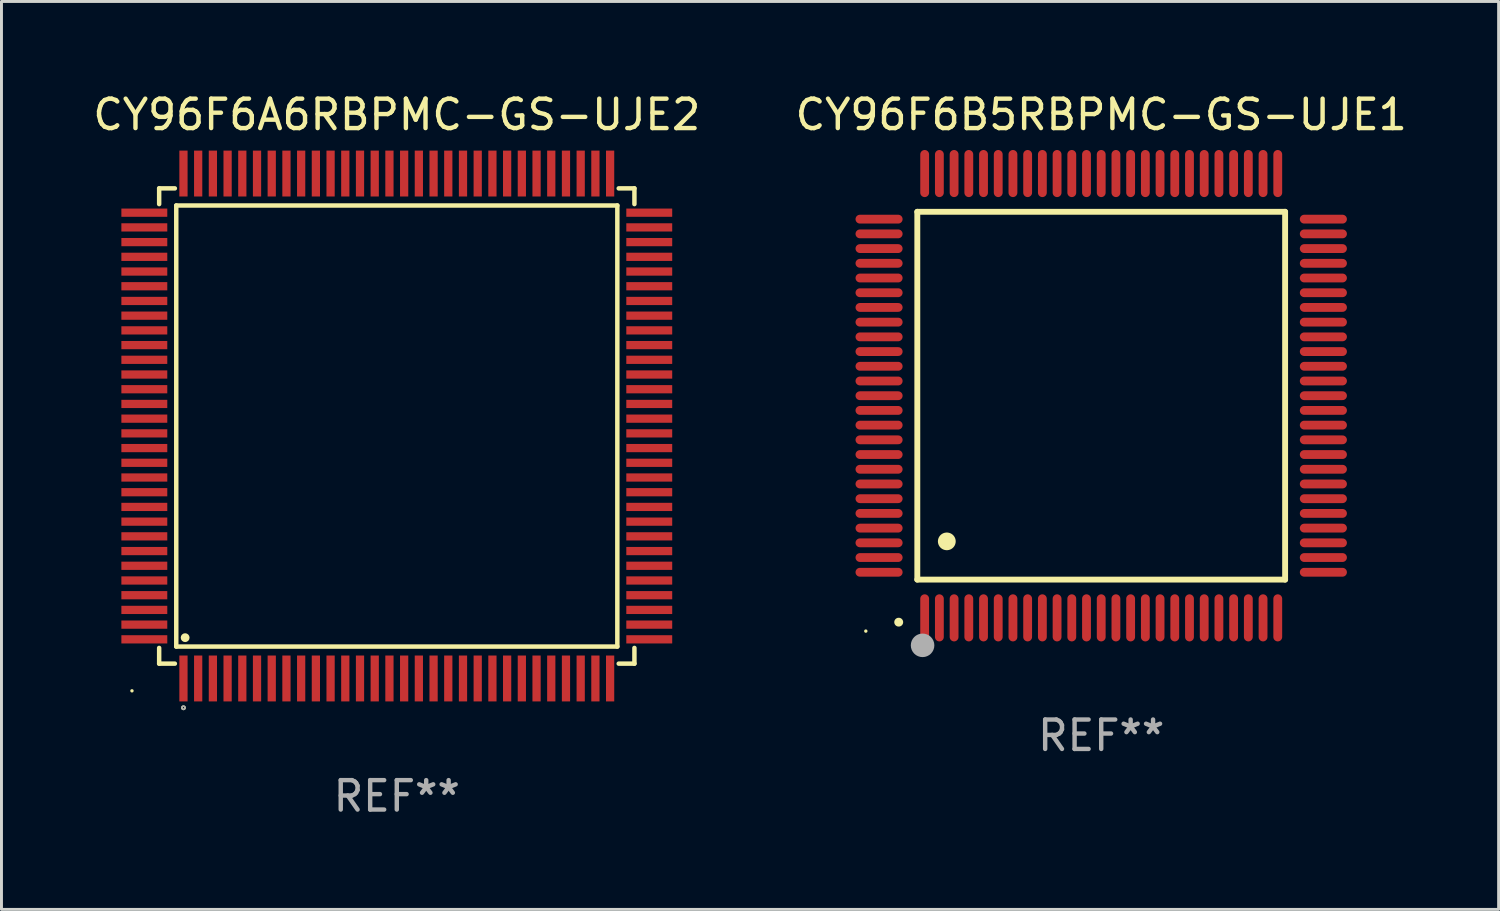
<source format=kicad_pcb>
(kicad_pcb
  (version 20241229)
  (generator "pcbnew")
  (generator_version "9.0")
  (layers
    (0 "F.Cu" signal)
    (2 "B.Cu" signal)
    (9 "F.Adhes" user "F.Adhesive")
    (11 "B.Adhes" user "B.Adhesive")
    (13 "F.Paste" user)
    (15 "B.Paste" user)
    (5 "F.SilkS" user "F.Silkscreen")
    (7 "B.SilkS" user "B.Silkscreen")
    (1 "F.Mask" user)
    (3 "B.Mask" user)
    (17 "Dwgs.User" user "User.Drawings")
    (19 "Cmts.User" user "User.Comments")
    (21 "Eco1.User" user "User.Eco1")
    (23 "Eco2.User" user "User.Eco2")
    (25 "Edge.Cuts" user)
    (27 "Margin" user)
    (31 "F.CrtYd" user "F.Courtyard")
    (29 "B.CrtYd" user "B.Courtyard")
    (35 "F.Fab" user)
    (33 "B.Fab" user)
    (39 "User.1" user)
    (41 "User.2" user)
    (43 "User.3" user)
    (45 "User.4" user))
  (footprint "CY96F6B5RBPMC-GS-UJE1"
    (layer "F.Cu")
    (at 34.375 10.398)
    (property "Reference" "CY96F6B5RBPMC-GS-UJE1" (at 0 -9.55 0) (layer "F.SilkS") (effects (font (size 1 1) (thickness 0.15))))
    (attr through_hole)
    (fp_line (start -6.25 -6.25) (end -6.25 6.25) (stroke (width 0.2) (type solid)) (layer "F.SilkS"))
    (fp_line (start -6.25 6.25) (end 6.25 6.25) (stroke (width 0.2) (type solid)) (layer "F.SilkS"))
    (fp_line (start 6.25 -6.25) (end -6.25 -6.25) (stroke (width 0.2) (type solid)) (layer "F.SilkS"))
    (fp_line (start 6.25 6.25) (end 6.25 -6.25) (stroke (width 0.2) (type solid)) (layer "F.SilkS"))
    (fp_arc (start -6.883414 7.696215) (mid -6.882144 7.69621) (end -6.880874 7.696215) (stroke (width 0.3) (type solid)) (layer "F.SilkS"))
    (fp_arc (start -5.250191 4.95047) (mid -5.247651 4.950459) (end -5.245111 4.95047) (stroke (width 0.6) (type solid)) (layer "F.SilkS"))
    (fp_circle (center -8 8) (end -7.97 8) (stroke (width 0.06) (type solid)) (fill no) (layer "F.SilkS"))
    (fp_circle (center -6.071 8.484) (end -5.871 8.484) (stroke (width 0.4) (type solid)) (fill no) (layer "F.Fab"))
    (fp_text user "REF**" (at 0 11.55 0) (layer "F.Fab") (effects (font (size 1 1) (thickness 0.15))))
    (pad "1" smd oval (at -6 7.55) (size 0.3 1.6) (layers "F.Cu" "F.Mask" "F.Paste"))
    (pad "2" smd oval (at -5.5 7.55) (size 0.3 1.6) (layers "F.Cu" "F.Mask" "F.Paste"))
    (pad "3" smd oval (at -5 7.55) (size 0.3 1.6) (layers "F.Cu" "F.Mask" "F.Paste"))
    (pad "4" smd oval (at -4.5 7.55) (size 0.3 1.6) (layers "F.Cu" "F.Mask" "F.Paste"))
    (pad "5" smd oval (at -4 7.55) (size 0.3 1.6) (layers "F.Cu" "F.Mask" "F.Paste"))
    (pad "6" smd oval (at -3.5 7.55) (size 0.3 1.6) (layers "F.Cu" "F.Mask" "F.Paste"))
    (pad "7" smd oval (at -3 7.55) (size 0.3 1.6) (layers "F.Cu" "F.Mask" "F.Paste"))
    (pad "8" smd oval (at -2.5 7.55) (size 0.3 1.6) (layers "F.Cu" "F.Mask" "F.Paste"))
    (pad "9" smd oval (at -2 7.55) (size 0.3 1.6) (layers "F.Cu" "F.Mask" "F.Paste"))
    (pad "10" smd oval (at -1.5 7.55) (size 0.3 1.6) (layers "F.Cu" "F.Mask" "F.Paste"))
    (pad "11" smd oval (at -1 7.55) (size 0.3 1.6) (layers "F.Cu" "F.Mask" "F.Paste"))
    (pad "12" smd oval (at -0.5 7.55) (size 0.3 1.6) (layers "F.Cu" "F.Mask" "F.Paste"))
    (pad "13" smd oval (at 0 7.55) (size 0.3 1.6) (layers "F.Cu" "F.Mask" "F.Paste"))
    (pad "14" smd oval (at 0.5 7.55) (size 0.3 1.6) (layers "F.Cu" "F.Mask" "F.Paste"))
    (pad "15" smd oval (at 1 7.55) (size 0.3 1.6) (layers "F.Cu" "F.Mask" "F.Paste"))
    (pad "16" smd oval (at 1.5 7.55) (size 0.3 1.6) (layers "F.Cu" "F.Mask" "F.Paste"))
    (pad "17" smd oval (at 2 7.55) (size 0.3 1.6) (layers "F.Cu" "F.Mask" "F.Paste"))
    (pad "18" smd oval (at 2.5 7.55) (size 0.3 1.6) (layers "F.Cu" "F.Mask" "F.Paste"))
    (pad "19" smd oval (at 3 7.55) (size 0.3 1.6) (layers "F.Cu" "F.Mask" "F.Paste"))
    (pad "20" smd oval (at 3.5 7.55) (size 0.3 1.6) (layers "F.Cu" "F.Mask" "F.Paste"))
    (pad "21" smd oval (at 4 7.55) (size 0.3 1.6) (layers "F.Cu" "F.Mask" "F.Paste"))
    (pad "22" smd oval (at 4.5 7.55) (size 0.3 1.6) (layers "F.Cu" "F.Mask" "F.Paste"))
    (pad "23" smd oval (at 5 7.55) (size 0.3 1.6) (layers "F.Cu" "F.Mask" "F.Paste"))
    (pad "24" smd oval (at 5.5 7.55) (size 0.3 1.6) (layers "F.Cu" "F.Mask" "F.Paste"))
    (pad "25" smd oval (at 6 7.55) (size 0.3 1.6) (layers "F.Cu" "F.Mask" "F.Paste"))
    (pad "26" smd oval (at 7.55 6) (size 1.6 0.3) (layers "F.Cu" "F.Mask" "F.Paste"))
    (pad "27" smd oval (at 7.55 5.5) (size 1.6 0.3) (layers "F.Cu" "F.Mask" "F.Paste"))
    (pad "28" smd oval (at 7.55 5) (size 1.6 0.3) (layers "F.Cu" "F.Mask" "F.Paste"))
    (pad "29" smd oval (at 7.55 4.5) (size 1.6 0.3) (layers "F.Cu" "F.Mask" "F.Paste"))
    (pad "30" smd oval (at 7.55 4) (size 1.6 0.3) (layers "F.Cu" "F.Mask" "F.Paste"))
    (pad "31" smd oval (at 7.55 3.5) (size 1.6 0.3) (layers "F.Cu" "F.Mask" "F.Paste"))
    (pad "32" smd oval (at 7.55 3) (size 1.6 0.3) (layers "F.Cu" "F.Mask" "F.Paste"))
    (pad "33" smd oval (at 7.55 2.5) (size 1.6 0.3) (layers "F.Cu" "F.Mask" "F.Paste"))
    (pad "34" smd oval (at 7.55 2) (size 1.6 0.3) (layers "F.Cu" "F.Mask" "F.Paste"))
    (pad "35" smd oval (at 7.55 1.5) (size 1.6 0.3) (layers "F.Cu" "F.Mask" "F.Paste"))
    (pad "36" smd oval (at 7.55 1) (size 1.6 0.3) (layers "F.Cu" "F.Mask" "F.Paste"))
    (pad "37" smd oval (at 7.55 0.5) (size 1.6 0.3) (layers "F.Cu" "F.Mask" "F.Paste"))
    (pad "38" smd oval (at 7.55 0) (size 1.6 0.3) (layers "F.Cu" "F.Mask" "F.Paste"))
    (pad "39" smd oval (at 7.55 -0.5) (size 1.6 0.3) (layers "F.Cu" "F.Mask" "F.Paste"))
    (pad "40" smd oval (at 7.55 -1) (size 1.6 0.3) (layers "F.Cu" "F.Mask" "F.Paste"))
    (pad "41" smd oval (at 7.55 -1.5) (size 1.6 0.3) (layers "F.Cu" "F.Mask" "F.Paste"))
    (pad "42" smd oval (at 7.55 -2) (size 1.6 0.3) (layers "F.Cu" "F.Mask" "F.Paste"))
    (pad "43" smd oval (at 7.55 -2.5) (size 1.6 0.3) (layers "F.Cu" "F.Mask" "F.Paste"))
    (pad "44" smd oval (at 7.55 -3) (size 1.6 0.3) (layers "F.Cu" "F.Mask" "F.Paste"))
    (pad "45" smd oval (at 7.55 -3.5) (size 1.6 0.3) (layers "F.Cu" "F.Mask" "F.Paste"))
    (pad "46" smd oval (at 7.55 -4) (size 1.6 0.3) (layers "F.Cu" "F.Mask" "F.Paste"))
    (pad "47" smd oval (at 7.55 -4.5) (size 1.6 0.3) (layers "F.Cu" "F.Mask" "F.Paste"))
    (pad "48" smd oval (at 7.55 -5) (size 1.6 0.3) (layers "F.Cu" "F.Mask" "F.Paste"))
    (pad "49" smd oval (at 7.55 -5.5) (size 1.6 0.3) (layers "F.Cu" "F.Mask" "F.Paste"))
    (pad "50" smd oval (at 7.55 -6) (size 1.6 0.3) (layers "F.Cu" "F.Mask" "F.Paste"))
    (pad "51" smd oval (at 6 -7.55) (size 0.3 1.6) (layers "F.Cu" "F.Mask" "F.Paste"))
    (pad "52" smd oval (at 5.5 -7.55) (size 0.3 1.6) (layers "F.Cu" "F.Mask" "F.Paste"))
    (pad "53" smd oval (at 5 -7.55) (size 0.3 1.6) (layers "F.Cu" "F.Mask" "F.Paste"))
    (pad "54" smd oval (at 4.5 -7.55) (size 0.3 1.6) (layers "F.Cu" "F.Mask" "F.Paste"))
    (pad "55" smd oval (at 4 -7.55) (size 0.3 1.6) (layers "F.Cu" "F.Mask" "F.Paste"))
    (pad "56" smd oval (at 3.5 -7.55) (size 0.3 1.6) (layers "F.Cu" "F.Mask" "F.Paste"))
    (pad "57" smd oval (at 3 -7.55) (size 0.3 1.6) (layers "F.Cu" "F.Mask" "F.Paste"))
    (pad "58" smd oval (at 2.5 -7.55) (size 0.3 1.6) (layers "F.Cu" "F.Mask" "F.Paste"))
    (pad "59" smd oval (at 2 -7.55) (size 0.3 1.6) (layers "F.Cu" "F.Mask" "F.Paste"))
    (pad "60" smd oval (at 1.5 -7.55) (size 0.3 1.6) (layers "F.Cu" "F.Mask" "F.Paste"))
    (pad "61" smd oval (at 1 -7.55) (size 0.3 1.6) (layers "F.Cu" "F.Mask" "F.Paste"))
    (pad "62" smd oval (at 0.5 -7.55) (size 0.3 1.6) (layers "F.Cu" "F.Mask" "F.Paste"))
    (pad "63" smd oval (at 0 -7.55) (size 0.3 1.6) (layers "F.Cu" "F.Mask" "F.Paste"))
    (pad "64" smd oval (at -0.5 -7.55) (size 0.3 1.6) (layers "F.Cu" "F.Mask" "F.Paste"))
    (pad "65" smd oval (at -1 -7.55) (size 0.3 1.6) (layers "F.Cu" "F.Mask" "F.Paste"))
    (pad "66" smd oval (at -1.5 -7.55) (size 0.3 1.6) (layers "F.Cu" "F.Mask" "F.Paste"))
    (pad "67" smd oval (at -2 -7.55) (size 0.3 1.6) (layers "F.Cu" "F.Mask" "F.Paste"))
    (pad "68" smd oval (at -2.5 -7.55) (size 0.3 1.6) (layers "F.Cu" "F.Mask" "F.Paste"))
    (pad "69" smd oval (at -3 -7.55) (size 0.3 1.6) (layers "F.Cu" "F.Mask" "F.Paste"))
    (pad "70" smd oval (at -3.5 -7.55) (size 0.3 1.6) (layers "F.Cu" "F.Mask" "F.Paste"))
    (pad "71" smd oval (at -4 -7.55) (size 0.3 1.6) (layers "F.Cu" "F.Mask" "F.Paste"))
    (pad "72" smd oval (at -4.5 -7.55) (size 0.3 1.6) (layers "F.Cu" "F.Mask" "F.Paste"))
    (pad "73" smd oval (at -5 -7.55) (size 0.3 1.6) (layers "F.Cu" "F.Mask" "F.Paste"))
    (pad "74" smd oval (at -5.5 -7.55) (size 0.3 1.6) (layers "F.Cu" "F.Mask" "F.Paste"))
    (pad "75" smd oval (at -6 -7.55) (size 0.3 1.6) (layers "F.Cu" "F.Mask" "F.Paste"))
    (pad "76" smd oval (at -7.55 -6) (size 1.6 0.3) (layers "F.Cu" "F.Mask" "F.Paste"))
    (pad "77" smd oval (at -7.55 -5.5) (size 1.6 0.3) (layers "F.Cu" "F.Mask" "F.Paste"))
    (pad "78" smd oval (at -7.55 -5) (size 1.6 0.3) (layers "F.Cu" "F.Mask" "F.Paste"))
    (pad "79" smd oval (at -7.55 -4.5) (size 1.6 0.3) (layers "F.Cu" "F.Mask" "F.Paste"))
    (pad "80" smd oval (at -7.55 -4) (size 1.6 0.3) (layers "F.Cu" "F.Mask" "F.Paste"))
    (pad "81" smd oval (at -7.55 -3.5) (size 1.6 0.3) (layers "F.Cu" "F.Mask" "F.Paste"))
    (pad "82" smd oval (at -7.55 -3) (size 1.6 0.3) (layers "F.Cu" "F.Mask" "F.Paste"))
    (pad "83" smd oval (at -7.55 -2.5) (size 1.6 0.3) (layers "F.Cu" "F.Mask" "F.Paste"))
    (pad "84" smd oval (at -7.55 -2) (size 1.6 0.3) (layers "F.Cu" "F.Mask" "F.Paste"))
    (pad "85" smd oval (at -7.55 -1.5) (size 1.6 0.3) (layers "F.Cu" "F.Mask" "F.Paste"))
    (pad "86" smd oval (at -7.55 -1) (size 1.6 0.3) (layers "F.Cu" "F.Mask" "F.Paste"))
    (pad "87" smd oval (at -7.55 -0.5) (size 1.6 0.3) (layers "F.Cu" "F.Mask" "F.Paste"))
    (pad "88" smd oval (at -7.55 0) (size 1.6 0.3) (layers "F.Cu" "F.Mask" "F.Paste"))
    (pad "89" smd oval (at -7.55 0.5) (size 1.6 0.3) (layers "F.Cu" "F.Mask" "F.Paste"))
    (pad "90" smd oval (at -7.55 1) (size 1.6 0.3) (layers "F.Cu" "F.Mask" "F.Paste"))
    (pad "91" smd oval (at -7.55 1.5) (size 1.6 0.3) (layers "F.Cu" "F.Mask" "F.Paste"))
    (pad "92" smd oval (at -7.55 2) (size 1.6 0.3) (layers "F.Cu" "F.Mask" "F.Paste"))
    (pad "93" smd oval (at -7.55 2.5) (size 1.6 0.3) (layers "F.Cu" "F.Mask" "F.Paste"))
    (pad "94" smd oval (at -7.55 3) (size 1.6 0.3) (layers "F.Cu" "F.Mask" "F.Paste"))
    (pad "95" smd oval (at -7.55 3.5) (size 1.6 0.3) (layers "F.Cu" "F.Mask" "F.Paste"))
    (pad "96" smd oval (at -7.55 4) (size 1.6 0.3) (layers "F.Cu" "F.Mask" "F.Paste"))
    (pad "97" smd oval (at -7.55 4.5) (size 1.6 0.3) (layers "F.Cu" "F.Mask" "F.Paste"))
    (pad "98" smd oval (at -7.55 5) (size 1.6 0.3) (layers "F.Cu" "F.Mask" "F.Paste"))
    (pad "99" smd oval (at -7.55 5.5) (size 1.6 0.3) (layers "F.Cu" "F.Mask" "F.Paste"))
    (pad "100" smd oval (at -7.55 6) (size 1.6 0.3) (layers "F.Cu" "F.Mask" "F.Paste")))
  (footprint "CY96F6A6RBPMC-GS-UJE2"
    (layer "F.Cu")
    (at 10.435 11.428)
    (property "Reference" "CY96F6A6RBPMC-GS-UJE2" (at 0 -10.58 0) (layer "F.SilkS") (effects (font (size 1 1) (thickness 0.15))))
    (attr through_hole)
    (fp_line (start -8.076 -8.076) (end -8.076 -7.542) (stroke (width 0.152) (type solid)) (layer "F.SilkS"))
    (fp_line (start -8.076 8.076) (end -8.076 7.542) (stroke (width 0.152) (type solid)) (layer "F.SilkS"))
    (fp_line (start -7.542 -8.076) (end -8.076 -8.076) (stroke (width 0.152) (type solid)) (layer "F.SilkS"))
    (fp_line (start -7.542 8.076) (end -8.076 8.076) (stroke (width 0.152) (type solid)) (layer "F.SilkS"))
    (fp_line (start -7.495 -7.495) (end 7.495 -7.495) (stroke (width 0.152) (type solid)) (layer "F.SilkS"))
    (fp_line (start -7.495 7.495) (end -7.495 -7.495) (stroke (width 0.152) (type solid)) (layer "F.SilkS"))
    (fp_line (start 7.495 -7.495) (end 7.495 7.495) (stroke (width 0.152) (type solid)) (layer "F.SilkS"))
    (fp_line (start 7.495 7.495) (end -7.495 7.495) (stroke (width 0.152) (type solid)) (layer "F.SilkS"))
    (fp_line (start 7.542 -8.076) (end 8.076 -8.076) (stroke (width 0.152) (type solid)) (layer "F.SilkS"))
    (fp_line (start 7.542 8.076) (end 8.076 8.076) (stroke (width 0.152) (type solid)) (layer "F.SilkS"))
    (fp_line (start 8.076 -8.076) (end 8.076 -7.542) (stroke (width 0.152) (type solid)) (layer "F.SilkS"))
    (fp_line (start 8.076 8.076) (end 8.076 7.542) (stroke (width 0.152) (type solid)) (layer "F.SilkS"))
    (fp_circle (center -9 9) (end -8.97 9) (stroke (width 0.06) (type solid)) (fill no) (layer "F.SilkS"))
    (fp_circle (center -7.25 9.576) (end -7.223 9.576) (stroke (width 0.055) (type solid)) (fill no) (layer "F.SilkS"))
    (fp_circle (center -7.193 7.193) (end -7.118 7.193) (stroke (width 0.15) (type solid)) (fill no) (layer "F.SilkS"))
    (fp_circle (center -7.25 9.576) (end -7.223 9.576) (stroke (width 0.055) (type solid)) (fill no) (layer "F.Fab"))
    (fp_text user "REF**" (at 0 12.58 0) (layer "F.Fab") (effects (font (size 1 1) (thickness 0.15))))
    (pad "1" smd rect (at -7.25 8.58) (size 0.28 1.56) (layers "F.Cu" "F.Mask" "F.Paste"))
    (pad "2" smd rect (at -6.75 8.58) (size 0.28 1.56) (layers "F.Cu" "F.Mask" "F.Paste"))
    (pad "3" smd rect (at -6.25 8.58) (size 0.28 1.56) (layers "F.Cu" "F.Mask" "F.Paste"))
    (pad "4" smd rect (at -5.75 8.58) (size 0.28 1.56) (layers "F.Cu" "F.Mask" "F.Paste"))
    (pad "5" smd rect (at -5.25 8.58) (size 0.28 1.56) (layers "F.Cu" "F.Mask" "F.Paste"))
    (pad "6" smd rect (at -4.75 8.58) (size 0.28 1.56) (layers "F.Cu" "F.Mask" "F.Paste"))
    (pad "7" smd rect (at -4.25 8.58) (size 0.28 1.56) (layers "F.Cu" "F.Mask" "F.Paste"))
    (pad "8" smd rect (at -3.75 8.58) (size 0.28 1.56) (layers "F.Cu" "F.Mask" "F.Paste"))
    (pad "9" smd rect (at -3.25 8.58) (size 0.28 1.56) (layers "F.Cu" "F.Mask" "F.Paste"))
    (pad "10" smd rect (at -2.75 8.58) (size 0.28 1.56) (layers "F.Cu" "F.Mask" "F.Paste"))
    (pad "11" smd rect (at -2.25 8.58) (size 0.28 1.56) (layers "F.Cu" "F.Mask" "F.Paste"))
    (pad "12" smd rect (at -1.75 8.58) (size 0.28 1.56) (layers "F.Cu" "F.Mask" "F.Paste"))
    (pad "13" smd rect (at -1.25 8.58) (size 0.28 1.56) (layers "F.Cu" "F.Mask" "F.Paste"))
    (pad "14" smd rect (at -0.75 8.58) (size 0.28 1.56) (layers "F.Cu" "F.Mask" "F.Paste"))
    (pad "15" smd rect (at -0.25 8.58) (size 0.28 1.56) (layers "F.Cu" "F.Mask" "F.Paste"))
    (pad "16" smd rect (at 0.25 8.58) (size 0.28 1.56) (layers "F.Cu" "F.Mask" "F.Paste"))
    (pad "17" smd rect (at 0.75 8.58) (size 0.28 1.56) (layers "F.Cu" "F.Mask" "F.Paste"))
    (pad "18" smd rect (at 1.25 8.58) (size 0.28 1.56) (layers "F.Cu" "F.Mask" "F.Paste"))
    (pad "19" smd rect (at 1.75 8.58) (size 0.28 1.56) (layers "F.Cu" "F.Mask" "F.Paste"))
    (pad "20" smd rect (at 2.25 8.58) (size 0.28 1.56) (layers "F.Cu" "F.Mask" "F.Paste"))
    (pad "21" smd rect (at 2.75 8.58) (size 0.28 1.56) (layers "F.Cu" "F.Mask" "F.Paste"))
    (pad "22" smd rect (at 3.25 8.58) (size 0.28 1.56) (layers "F.Cu" "F.Mask" "F.Paste"))
    (pad "23" smd rect (at 3.75 8.58) (size 0.28 1.56) (layers "F.Cu" "F.Mask" "F.Paste"))
    (pad "24" smd rect (at 4.25 8.58) (size 0.28 1.56) (layers "F.Cu" "F.Mask" "F.Paste"))
    (pad "25" smd rect (at 4.75 8.58) (size 0.28 1.56) (layers "F.Cu" "F.Mask" "F.Paste"))
    (pad "26" smd rect (at 5.25 8.58) (size 0.28 1.56) (layers "F.Cu" "F.Mask" "F.Paste"))
    (pad "27" smd rect (at 5.75 8.58) (size 0.28 1.56) (layers "F.Cu" "F.Mask" "F.Paste"))
    (pad "28" smd rect (at 6.25 8.58) (size 0.28 1.56) (layers "F.Cu" "F.Mask" "F.Paste"))
    (pad "29" smd rect (at 6.75 8.58) (size 0.28 1.56) (layers "F.Cu" "F.Mask" "F.Paste"))
    (pad "30" smd rect (at 7.25 8.58) (size 0.28 1.56) (layers "F.Cu" "F.Mask" "F.Paste"))
    (pad "31" smd rect (at 8.58 7.25) (size 1.56 0.28) (layers "F.Cu" "F.Mask" "F.Paste"))
    (pad "32" smd rect (at 8.58 6.75) (size 1.56 0.28) (layers "F.Cu" "F.Mask" "F.Paste"))
    (pad "33" smd rect (at 8.58 6.25) (size 1.56 0.28) (layers "F.Cu" "F.Mask" "F.Paste"))
    (pad "34" smd rect (at 8.58 5.75) (size 1.56 0.28) (layers "F.Cu" "F.Mask" "F.Paste"))
    (pad "35" smd rect (at 8.58 5.25) (size 1.56 0.28) (layers "F.Cu" "F.Mask" "F.Paste"))
    (pad "36" smd rect (at 8.58 4.75) (size 1.56 0.28) (layers "F.Cu" "F.Mask" "F.Paste"))
    (pad "37" smd rect (at 8.58 4.25) (size 1.56 0.28) (layers "F.Cu" "F.Mask" "F.Paste"))
    (pad "38" smd rect (at 8.58 3.75) (size 1.56 0.28) (layers "F.Cu" "F.Mask" "F.Paste"))
    (pad "39" smd rect (at 8.58 3.25) (size 1.56 0.28) (layers "F.Cu" "F.Mask" "F.Paste"))
    (pad "40" smd rect (at 8.58 2.75) (size 1.56 0.28) (layers "F.Cu" "F.Mask" "F.Paste"))
    (pad "41" smd rect (at 8.58 2.25) (size 1.56 0.28) (layers "F.Cu" "F.Mask" "F.Paste"))
    (pad "42" smd rect (at 8.58 1.75) (size 1.56 0.28) (layers "F.Cu" "F.Mask" "F.Paste"))
    (pad "43" smd rect (at 8.58 1.25) (size 1.56 0.28) (layers "F.Cu" "F.Mask" "F.Paste"))
    (pad "44" smd rect (at 8.58 0.75) (size 1.56 0.28) (layers "F.Cu" "F.Mask" "F.Paste"))
    (pad "45" smd rect (at 8.58 0.25) (size 1.56 0.28) (layers "F.Cu" "F.Mask" "F.Paste"))
    (pad "46" smd rect (at 8.58 -0.25) (size 1.56 0.28) (layers "F.Cu" "F.Mask" "F.Paste"))
    (pad "47" smd rect (at 8.58 -0.75) (size 1.56 0.28) (layers "F.Cu" "F.Mask" "F.Paste"))
    (pad "48" smd rect (at 8.58 -1.25) (size 1.56 0.28) (layers "F.Cu" "F.Mask" "F.Paste"))
    (pad "49" smd rect (at 8.58 -1.75) (size 1.56 0.28) (layers "F.Cu" "F.Mask" "F.Paste"))
    (pad "50" smd rect (at 8.58 -2.25) (size 1.56 0.28) (layers "F.Cu" "F.Mask" "F.Paste"))
    (pad "51" smd rect (at 8.58 -2.75) (size 1.56 0.28) (layers "F.Cu" "F.Mask" "F.Paste"))
    (pad "52" smd rect (at 8.58 -3.25) (size 1.56 0.28) (layers "F.Cu" "F.Mask" "F.Paste"))
    (pad "53" smd rect (at 8.58 -3.75) (size 1.56 0.28) (layers "F.Cu" "F.Mask" "F.Paste"))
    (pad "54" smd rect (at 8.58 -4.25) (size 1.56 0.28) (layers "F.Cu" "F.Mask" "F.Paste"))
    (pad "55" smd rect (at 8.58 -4.75) (size 1.56 0.28) (layers "F.Cu" "F.Mask" "F.Paste"))
    (pad "56" smd rect (at 8.58 -5.25) (size 1.56 0.28) (layers "F.Cu" "F.Mask" "F.Paste"))
    (pad "57" smd rect (at 8.58 -5.75) (size 1.56 0.28) (layers "F.Cu" "F.Mask" "F.Paste"))
    (pad "58" smd rect (at 8.58 -6.25) (size 1.56 0.28) (layers "F.Cu" "F.Mask" "F.Paste"))
    (pad "59" smd rect (at 8.58 -6.75) (size 1.56 0.28) (layers "F.Cu" "F.Mask" "F.Paste"))
    (pad "60" smd rect (at 8.58 -7.25) (size 1.56 0.28) (layers "F.Cu" "F.Mask" "F.Paste"))
    (pad "61" smd rect (at 7.25 -8.58) (size 0.28 1.56) (layers "F.Cu" "F.Mask" "F.Paste"))
    (pad "62" smd rect (at 6.75 -8.58) (size 0.28 1.56) (layers "F.Cu" "F.Mask" "F.Paste"))
    (pad "63" smd rect (at 6.25 -8.58) (size 0.28 1.56) (layers "F.Cu" "F.Mask" "F.Paste"))
    (pad "64" smd rect (at 5.75 -8.58) (size 0.28 1.56) (layers "F.Cu" "F.Mask" "F.Paste"))
    (pad "65" smd rect (at 5.25 -8.58) (size 0.28 1.56) (layers "F.Cu" "F.Mask" "F.Paste"))
    (pad "66" smd rect (at 4.75 -8.58) (size 0.28 1.56) (layers "F.Cu" "F.Mask" "F.Paste"))
    (pad "67" smd rect (at 4.25 -8.58) (size 0.28 1.56) (layers "F.Cu" "F.Mask" "F.Paste"))
    (pad "68" smd rect (at 3.75 -8.58) (size 0.28 1.56) (layers "F.Cu" "F.Mask" "F.Paste"))
    (pad "69" smd rect (at 3.25 -8.58) (size 0.28 1.56) (layers "F.Cu" "F.Mask" "F.Paste"))
    (pad "70" smd rect (at 2.75 -8.58) (size 0.28 1.56) (layers "F.Cu" "F.Mask" "F.Paste"))
    (pad "71" smd rect (at 2.25 -8.58) (size 0.28 1.56) (layers "F.Cu" "F.Mask" "F.Paste"))
    (pad "72" smd rect (at 1.75 -8.58) (size 0.28 1.56) (layers "F.Cu" "F.Mask" "F.Paste"))
    (pad "73" smd rect (at 1.25 -8.58) (size 0.28 1.56) (layers "F.Cu" "F.Mask" "F.Paste"))
    (pad "74" smd rect (at 0.75 -8.58) (size 0.28 1.56) (layers "F.Cu" "F.Mask" "F.Paste"))
    (pad "75" smd rect (at 0.25 -8.58) (size 0.28 1.56) (layers "F.Cu" "F.Mask" "F.Paste"))
    (pad "76" smd rect (at -0.25 -8.58) (size 0.28 1.56) (layers "F.Cu" "F.Mask" "F.Paste"))
    (pad "77" smd rect (at -0.75 -8.58) (size 0.28 1.56) (layers "F.Cu" "F.Mask" "F.Paste"))
    (pad "78" smd rect (at -1.25 -8.58) (size 0.28 1.56) (layers "F.Cu" "F.Mask" "F.Paste"))
    (pad "79" smd rect (at -1.75 -8.58) (size 0.28 1.56) (layers "F.Cu" "F.Mask" "F.Paste"))
    (pad "80" smd rect (at -2.25 -8.58) (size 0.28 1.56) (layers "F.Cu" "F.Mask" "F.Paste"))
    (pad "81" smd rect (at -2.75 -8.58) (size 0.28 1.56) (layers "F.Cu" "F.Mask" "F.Paste"))
    (pad "82" smd rect (at -3.25 -8.58) (size 0.28 1.56) (layers "F.Cu" "F.Mask" "F.Paste"))
    (pad "83" smd rect (at -3.75 -8.58) (size 0.28 1.56) (layers "F.Cu" "F.Mask" "F.Paste"))
    (pad "84" smd rect (at -4.25 -8.58) (size 0.28 1.56) (layers "F.Cu" "F.Mask" "F.Paste"))
    (pad "85" smd rect (at -4.75 -8.58) (size 0.28 1.56) (layers "F.Cu" "F.Mask" "F.Paste"))
    (pad "86" smd rect (at -5.25 -8.58) (size 0.28 1.56) (layers "F.Cu" "F.Mask" "F.Paste"))
    (pad "87" smd rect (at -5.75 -8.58) (size 0.28 1.56) (layers "F.Cu" "F.Mask" "F.Paste"))
    (pad "88" smd rect (at -6.25 -8.58) (size 0.28 1.56) (layers "F.Cu" "F.Mask" "F.Paste"))
    (pad "89" smd rect (at -6.75 -8.58) (size 0.28 1.56) (layers "F.Cu" "F.Mask" "F.Paste"))
    (pad "90" smd rect (at -7.25 -8.58) (size 0.28 1.56) (layers "F.Cu" "F.Mask" "F.Paste"))
    (pad "91" smd rect (at -8.58 -7.25) (size 1.56 0.28) (layers "F.Cu" "F.Mask" "F.Paste"))
    (pad "92" smd rect (at -8.58 -6.75) (size 1.56 0.28) (layers "F.Cu" "F.Mask" "F.Paste"))
    (pad "93" smd rect (at -8.58 -6.25) (size 1.56 0.28) (layers "F.Cu" "F.Mask" "F.Paste"))
    (pad "94" smd rect (at -8.58 -5.75) (size 1.56 0.28) (layers "F.Cu" "F.Mask" "F.Paste"))
    (pad "95" smd rect (at -8.58 -5.25) (size 1.56 0.28) (layers "F.Cu" "F.Mask" "F.Paste"))
    (pad "96" smd rect (at -8.58 -4.75) (size 1.56 0.28) (layers "F.Cu" "F.Mask" "F.Paste"))
    (pad "97" smd rect (at -8.58 -4.25) (size 1.56 0.28) (layers "F.Cu" "F.Mask" "F.Paste"))
    (pad "98" smd rect (at -8.58 -3.75) (size 1.56 0.28) (layers "F.Cu" "F.Mask" "F.Paste"))
    (pad "99" smd rect (at -8.58 -3.25) (size 1.56 0.28) (layers "F.Cu" "F.Mask" "F.Paste"))
    (pad "100" smd rect (at -8.58 -2.75) (size 1.56 0.28) (layers "F.Cu" "F.Mask" "F.Paste"))
    (pad "101" smd rect (at -8.58 -2.25) (size 1.56 0.28) (layers "F.Cu" "F.Mask" "F.Paste"))
    (pad "102" smd rect (at -8.58 -1.75) (size 1.56 0.28) (layers "F.Cu" "F.Mask" "F.Paste"))
    (pad "103" smd rect (at -8.58 -1.25) (size 1.56 0.28) (layers "F.Cu" "F.Mask" "F.Paste"))
    (pad "104" smd rect (at -8.58 -0.75) (size 1.56 0.28) (layers "F.Cu" "F.Mask" "F.Paste"))
    (pad "105" smd rect (at -8.58 -0.25) (size 1.56 0.28) (layers "F.Cu" "F.Mask" "F.Paste"))
    (pad "106" smd rect (at -8.58 0.25) (size 1.56 0.28) (layers "F.Cu" "F.Mask" "F.Paste"))
    (pad "107" smd rect (at -8.58 0.75) (size 1.56 0.28) (layers "F.Cu" "F.Mask" "F.Paste"))
    (pad "108" smd rect (at -8.58 1.25) (size 1.56 0.28) (layers "F.Cu" "F.Mask" "F.Paste"))
    (pad "109" smd rect (at -8.58 1.75) (size 1.56 0.28) (layers "F.Cu" "F.Mask" "F.Paste"))
    (pad "110" smd rect (at -8.58 2.25) (size 1.56 0.28) (layers "F.Cu" "F.Mask" "F.Paste"))
    (pad "111" smd rect (at -8.58 2.75) (size 1.56 0.28) (layers "F.Cu" "F.Mask" "F.Paste"))
    (pad "112" smd rect (at -8.58 3.25) (size 1.56 0.28) (layers "F.Cu" "F.Mask" "F.Paste"))
    (pad "113" smd rect (at -8.58 3.75) (size 1.56 0.28) (layers "F.Cu" "F.Mask" "F.Paste"))
    (pad "114" smd rect (at -8.58 4.25) (size 1.56 0.28) (layers "F.Cu" "F.Mask" "F.Paste"))
    (pad "115" smd rect (at -8.58 4.75) (size 1.56 0.28) (layers "F.Cu" "F.Mask" "F.Paste"))
    (pad "116" smd rect (at -8.58 5.25) (size 1.56 0.28) (layers "F.Cu" "F.Mask" "F.Paste"))
    (pad "117" smd rect (at -8.58 5.75) (size 1.56 0.28) (layers "F.Cu" "F.Mask" "F.Paste"))
    (pad "118" smd rect (at -8.58 6.25) (size 1.56 0.28) (layers "F.Cu" "F.Mask" "F.Paste"))
    (pad "119" smd rect (at -8.58 6.75) (size 1.56 0.28) (layers "F.Cu" "F.Mask" "F.Paste"))
    (pad "120" smd rect (at -8.58 7.25) (size 1.56 0.28) (layers "F.Cu" "F.Mask" "F.Paste")))
  (gr_rect
    (start -3 -3)
    (end 47.881 27.856)
    (stroke (width 0.1) (type default))
    (fill no)
    (layer "Edge.Cuts")))
</source>
